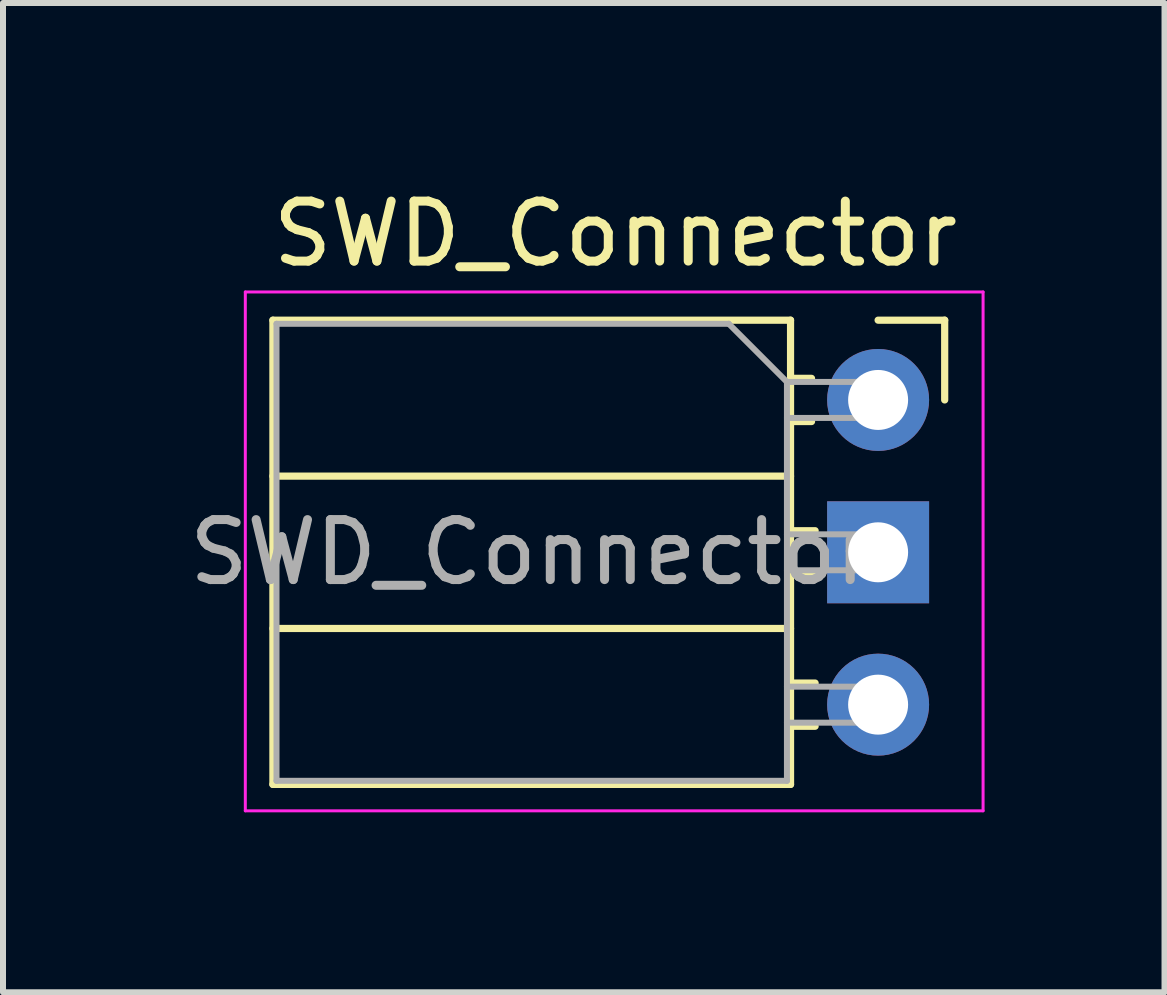
<source format=kicad_pcb>
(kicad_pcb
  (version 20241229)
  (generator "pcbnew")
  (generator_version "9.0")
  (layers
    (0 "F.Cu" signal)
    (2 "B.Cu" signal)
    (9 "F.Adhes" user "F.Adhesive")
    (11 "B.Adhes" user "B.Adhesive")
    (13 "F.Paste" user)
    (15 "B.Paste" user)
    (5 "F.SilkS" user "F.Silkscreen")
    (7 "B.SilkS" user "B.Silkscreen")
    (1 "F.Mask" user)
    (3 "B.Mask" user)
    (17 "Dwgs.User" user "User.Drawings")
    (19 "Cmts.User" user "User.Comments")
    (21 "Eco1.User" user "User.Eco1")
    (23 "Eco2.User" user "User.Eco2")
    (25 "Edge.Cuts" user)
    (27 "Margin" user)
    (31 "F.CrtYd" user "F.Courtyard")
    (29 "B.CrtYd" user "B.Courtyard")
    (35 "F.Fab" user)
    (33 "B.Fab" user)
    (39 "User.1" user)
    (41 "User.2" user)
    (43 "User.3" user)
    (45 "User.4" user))
  (footprint "SWD_Connector"
    (layer "F.Cu")
    (at 11.59 3.618)
    (property "Reference" "SWD_Connector" (at -4.38 -2.77 0) (layer "F.SilkS") (effects (font (size 1 1) (thickness 0.15))))
    (attr through_hole)
    (fp_line (start -10.09 -1.33) (end -10.09 6.41) (stroke (width 0.12) (type solid)) (layer "F.SilkS"))
    (fp_line (start -10.09 -1.33) (end -1.46 -1.33) (stroke (width 0.12) (type solid)) (layer "F.SilkS"))
    (fp_line (start -10.09 1.27) (end -1.46 1.27) (stroke (width 0.12) (type solid)) (layer "F.SilkS"))
    (fp_line (start -10.09 3.81) (end -1.46 3.81) (stroke (width 0.12) (type solid)) (layer "F.SilkS"))
    (fp_line (start -10.09 6.41) (end -1.46 6.41) (stroke (width 0.12) (type solid)) (layer "F.SilkS"))
    (fp_line (start -1.46 -1.33) (end -1.46 6.41) (stroke (width 0.12) (type solid)) (layer "F.SilkS"))
    (fp_line (start -1.46 -0.36) (end -1.11 -0.36) (stroke (width 0.12) (type solid)) (layer "F.SilkS"))
    (fp_line (start -1.46 0.36) (end -1.11 0.36) (stroke (width 0.12) (type solid)) (layer "F.SilkS"))
    (fp_line (start -1.46 2.18) (end -1.05 2.18) (stroke (width 0.12) (type solid)) (layer "F.SilkS"))
    (fp_line (start -1.46 2.9) (end -1.05 2.9) (stroke (width 0.12) (type solid)) (layer "F.SilkS"))
    (fp_line (start -1.46 4.72) (end -1.05 4.72) (stroke (width 0.12) (type solid)) (layer "F.SilkS"))
    (fp_line (start -1.46 5.44) (end -1.05 5.44) (stroke (width 0.12) (type solid)) (layer "F.SilkS"))
    (fp_line (start 0 -1.33) (end 1.11 -1.33) (stroke (width 0.12) (type solid)) (layer "F.SilkS"))
    (fp_line (start 1.11 -1.33) (end 1.11 0) (stroke (width 0.12) (type solid)) (layer "F.SilkS"))
    (fp_line (start -10.55 -1.8) (end -10.55 6.85) (stroke (width 0.05) (type solid)) (layer "F.CrtYd"))
    (fp_line (start -10.55 6.85) (end 1.75 6.85) (stroke (width 0.05) (type solid)) (layer "F.CrtYd"))
    (fp_line (start 1.75 -1.8) (end -10.55 -1.8) (stroke (width 0.05) (type solid)) (layer "F.CrtYd"))
    (fp_line (start 1.75 6.85) (end 1.75 -1.8) (stroke (width 0.05) (type solid)) (layer "F.CrtYd"))
    (fp_line (start -10.03 -1.27) (end -2.49 -1.27) (stroke (width 0.1) (type solid)) (layer "F.Fab"))
    (fp_line (start -10.03 6.35) (end -10.03 -1.27) (stroke (width 0.1) (type solid)) (layer "F.Fab"))
    (fp_line (start -2.49 -1.27) (end -1.52 -0.3) (stroke (width 0.1) (type solid)) (layer "F.Fab"))
    (fp_line (start -1.52 -0.3) (end -1.52 6.35) (stroke (width 0.1) (type solid)) (layer "F.Fab"))
    (fp_line (start -1.52 0.3) (end 0 0.3) (stroke (width 0.1) (type solid)) (layer "F.Fab"))
    (fp_line (start -1.52 2.84) (end 0 2.84) (stroke (width 0.1) (type solid)) (layer "F.Fab"))
    (fp_line (start -1.52 5.38) (end 0 5.38) (stroke (width 0.1) (type solid)) (layer "F.Fab"))
    (fp_line (start -1.52 6.35) (end -10.03 6.35) (stroke (width 0.1) (type solid)) (layer "F.Fab"))
    (fp_line (start 0 -0.3) (end -1.52 -0.3) (stroke (width 0.1) (type solid)) (layer "F.Fab"))
    (fp_line (start 0 0.3) (end 0 -0.3) (stroke (width 0.1) (type solid)) (layer "F.Fab"))
    (fp_line (start 0 2.24) (end -1.52 2.24) (stroke (width 0.1) (type solid)) (layer "F.Fab"))
    (fp_line (start 0 2.84) (end 0 2.24) (stroke (width 0.1) (type solid)) (layer "F.Fab"))
    (fp_line (start 0 4.78) (end -1.52 4.78) (stroke (width 0.1) (type solid)) (layer "F.Fab"))
    (fp_line (start 0 5.38) (end 0 4.78) (stroke (width 0.1) (type solid)) (layer "F.Fab"))
    (fp_text user "${REFERENCE}" (at -5.775 2.54 0) (layer "F.Fab") (effects (font (size 1 1) (thickness 0.15))))
    (pad "1" thru_hole circle (at 0 0) (size 1.7 1.7) (drill 1) (layers "*.Cu" "*.Mask"))
    (pad "2" thru_hole rect (at 0 2.54) (size 1.7 1.7) (drill 1) (layers "*.Cu" "*.Mask"))
    (pad "3" thru_hole oval (at 0 5.08) (size 1.7 1.7) (drill 1) (layers "*.Cu" "*.Mask")))
  (gr_rect
    (start -3 -3)
    (end 16.365 13.493)
    (stroke (width 0.1) (type default))
    (fill no)
    (layer "Edge.Cuts")))
</source>
